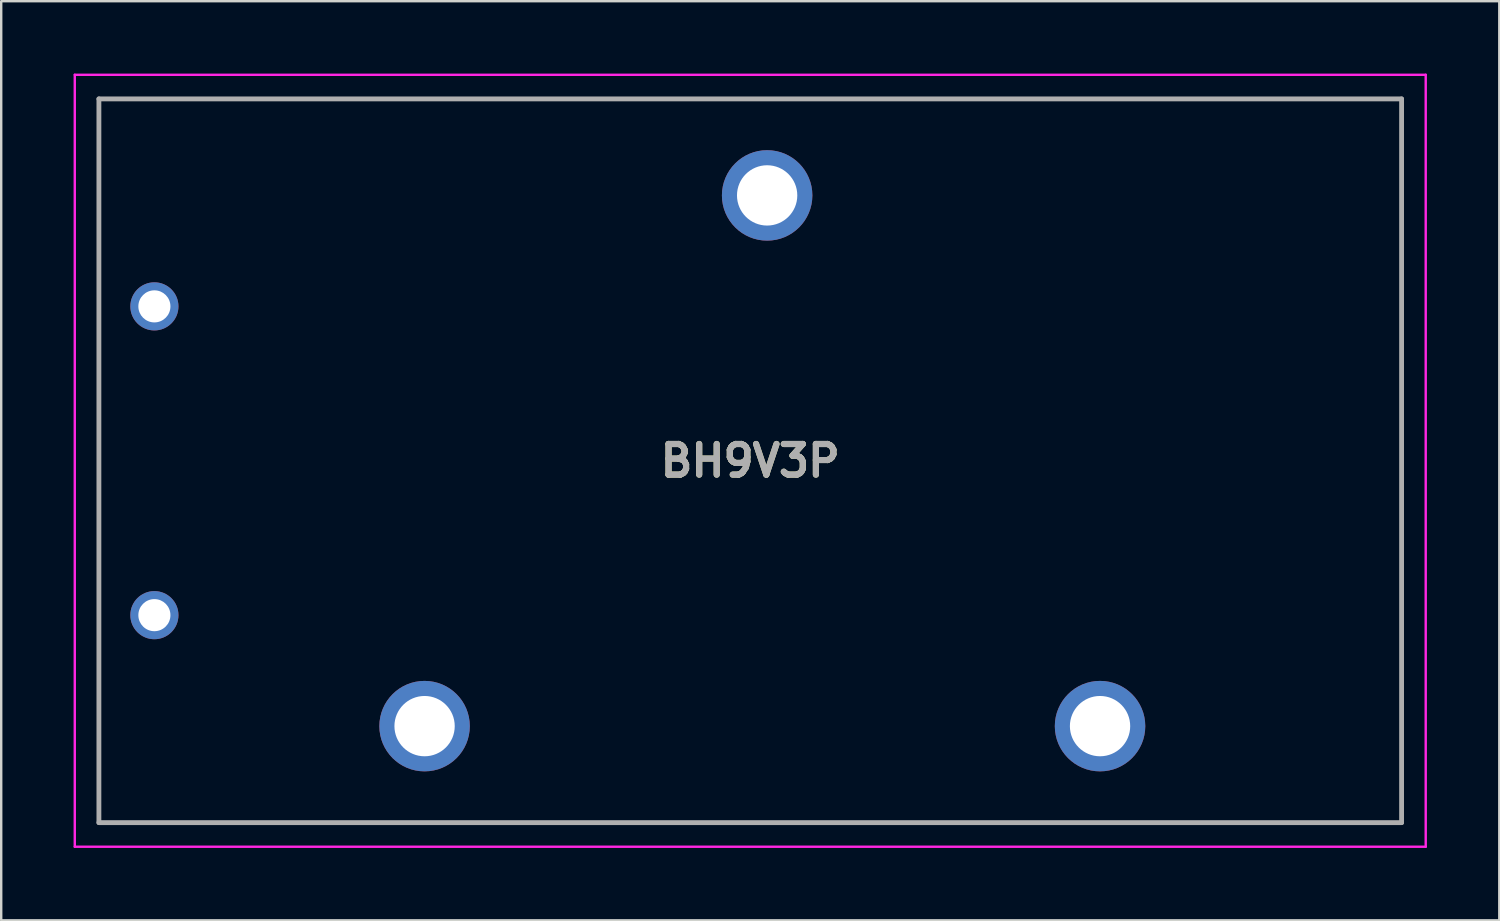
<source format=kicad_pcb>
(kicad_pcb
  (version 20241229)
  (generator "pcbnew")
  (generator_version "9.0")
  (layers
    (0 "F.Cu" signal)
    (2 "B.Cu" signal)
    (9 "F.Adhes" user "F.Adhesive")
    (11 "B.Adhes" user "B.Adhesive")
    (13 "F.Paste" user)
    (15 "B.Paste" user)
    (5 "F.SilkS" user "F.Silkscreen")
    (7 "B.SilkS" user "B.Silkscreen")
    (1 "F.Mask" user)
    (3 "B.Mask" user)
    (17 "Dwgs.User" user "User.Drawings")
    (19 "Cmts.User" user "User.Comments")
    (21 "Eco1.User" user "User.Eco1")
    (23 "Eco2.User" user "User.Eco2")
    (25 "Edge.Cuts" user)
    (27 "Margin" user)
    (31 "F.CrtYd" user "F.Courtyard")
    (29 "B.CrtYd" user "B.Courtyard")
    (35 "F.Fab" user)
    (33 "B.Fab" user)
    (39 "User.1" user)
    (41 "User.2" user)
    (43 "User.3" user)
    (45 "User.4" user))
  (footprint "BH9V3P"
    (layer "F.Cu")
    (at 3.35 9.65)
    (property "Reference" "BH9V3P" (at 24.7 6.4 0) (layer "F.SilkS") (effects (font (size 1.27 1.27) (thickness 0.254))))
    (attr through_hole)
    (fp_line (start -2.3 -8.6) (end 51.7 -8.6) (stroke (width 0.1) (type solid)) (layer "F.SilkS"))
    (fp_line (start -2.3 21.4) (end -2.3 -8.6) (stroke (width 0.1) (type solid)) (layer "F.SilkS"))
    (fp_line (start 51.7 -8.6) (end 51.7 21.4) (stroke (width 0.1) (type solid)) (layer "F.SilkS"))
    (fp_line (start 51.7 21.4) (end -2.3 21.4) (stroke (width 0.1) (type solid)) (layer "F.SilkS"))
    (fp_line (start -3.3 -9.6) (end 52.7 -9.6) (stroke (width 0.1) (type solid)) (layer "F.CrtYd"))
    (fp_line (start -3.3 22.4) (end -3.3 -9.6) (stroke (width 0.1) (type solid)) (layer "F.CrtYd"))
    (fp_line (start 52.7 -9.6) (end 52.7 22.4) (stroke (width 0.1) (type solid)) (layer "F.CrtYd"))
    (fp_line (start 52.7 22.4) (end -3.3 22.4) (stroke (width 0.1) (type solid)) (layer "F.CrtYd"))
    (fp_line (start -2.3 -8.6) (end 51.7 -8.6) (stroke (width 0.2) (type solid)) (layer "F.Fab"))
    (fp_line (start -2.3 21.4) (end -2.3 -8.6) (stroke (width 0.2) (type solid)) (layer "F.Fab"))
    (fp_line (start 51.7 -8.6) (end 51.7 21.4) (stroke (width 0.2) (type solid)) (layer "F.Fab"))
    (fp_line (start 51.7 21.4) (end -2.3 21.4) (stroke (width 0.2) (type solid)) (layer "F.Fab"))
    (fp_text user "${REFERENCE}" (at 24.7 6.4 0) (layer "F.Fab") (effects (font (size 1.27 1.27) (thickness 0.254))))
    (pad "1" thru_hole circle (at 0 0) (size 1.995 1.995) (drill 1.33) (layers "*.Cu" "*.Mask"))
    (pad "2" thru_hole circle (at 0 12.8) (size 1.995 1.995) (drill 1.33) (layers "*.Cu" "*.Mask"))
    (pad "MH1" thru_hole circle (at 11.2 17.4) (size 3.75 3.75) (drill 2.5) (layers "*.Cu" "*.Mask"))
    (pad "MH2" thru_hole circle (at 39.2 17.4) (size 3.75 3.75) (drill 2.5) (layers "*.Cu" "*.Mask"))
    (pad "MH3" thru_hole circle (at 25.4 -4.6) (size 3.75 3.75) (drill 2.5) (layers "*.Cu" "*.Mask")))
  (gr_rect
    (start -3 -3)
    (end 59.1 35.1)
    (stroke (width 0.1) (type default))
    (fill no)
    (layer "Edge.Cuts")))
</source>
